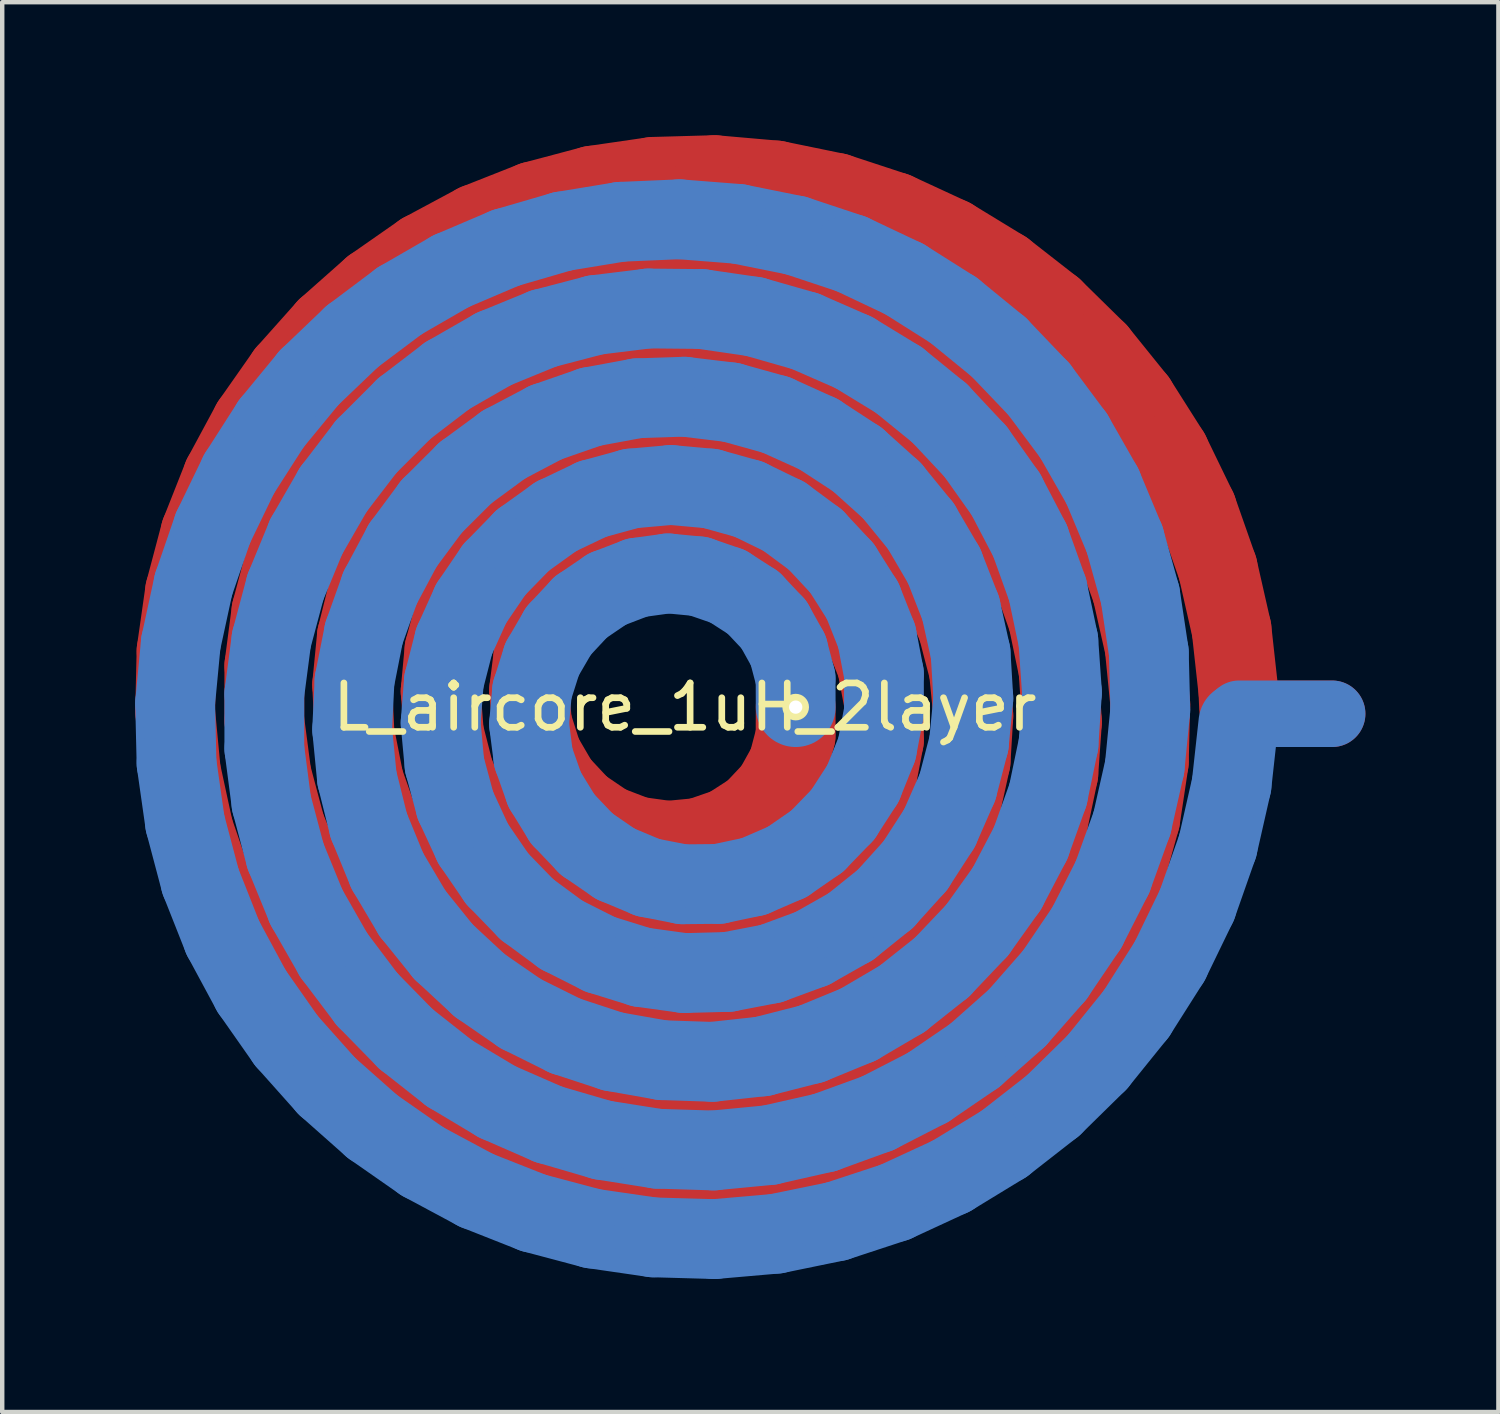
<source format=kicad_pcb>
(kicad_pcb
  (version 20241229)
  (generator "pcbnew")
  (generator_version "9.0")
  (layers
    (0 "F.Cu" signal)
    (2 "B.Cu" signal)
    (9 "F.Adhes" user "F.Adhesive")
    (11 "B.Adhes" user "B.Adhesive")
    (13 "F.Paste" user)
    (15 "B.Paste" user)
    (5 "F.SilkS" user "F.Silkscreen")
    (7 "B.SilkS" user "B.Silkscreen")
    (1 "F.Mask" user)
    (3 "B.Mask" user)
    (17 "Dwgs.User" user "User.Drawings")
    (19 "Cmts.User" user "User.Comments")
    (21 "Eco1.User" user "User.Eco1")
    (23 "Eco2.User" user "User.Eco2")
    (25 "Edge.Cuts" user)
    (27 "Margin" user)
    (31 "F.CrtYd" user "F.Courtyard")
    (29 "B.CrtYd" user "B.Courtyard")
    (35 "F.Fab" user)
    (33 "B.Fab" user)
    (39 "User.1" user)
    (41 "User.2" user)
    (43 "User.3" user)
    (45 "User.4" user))
  (footprint "L_aircore_1uH_2layer"
    (layer "F.Cu")
    (at 12.397 12.899)
    (property "Reference" "L_aircore_1uH_2layer" (at 0 0 0) (layer "F.SilkS") (effects (font (size 1 1) (thickness 0.15))))
    (attr smd)
    (fp_line (start -11.497 0.091) (end -11.465 -1.267) (stroke (width 1.8) (type solid)) (layer "F.Cu"))
    (fp_line (start -11.465 -1.267) (end -11.273 -2.614) (stroke (width 1.8) (type solid)) (layer "F.Cu"))
    (fp_line (start -11.369 1.441) (end -11.497 0.091) (stroke (width 1.8) (type solid)) (layer "F.Cu"))
    (fp_line (start -11.273 -2.614) (end -10.924 -3.931) (stroke (width 1.8) (type solid)) (layer "F.Cu"))
    (fp_line (start -11.082 2.765) (end -11.369 1.441) (stroke (width 1.8) (type solid)) (layer "F.Cu"))
    (fp_line (start -10.924 -3.931) (end -10.422 -5.2) (stroke (width 1.8) (type solid)) (layer "F.Cu"))
    (fp_line (start -10.642 4.043) (end -11.082 2.765) (stroke (width 1.8) (type solid)) (layer "F.Cu"))
    (fp_line (start -10.422 -5.2) (end -9.773 -6.404) (stroke (width 1.8) (type solid)) (layer "F.Cu"))
    (fp_line (start -10.055 5.258) (end -10.642 4.043) (stroke (width 1.8) (type solid)) (layer "F.Cu"))
    (fp_line (start -9.773 -6.404) (end -8.987 -7.525) (stroke (width 1.8) (type solid)) (layer "F.Cu"))
    (fp_line (start -9.485 -0.935) (end -9.325 -2.163) (stroke (width 1.8) (type solid)) (layer "F.Cu"))
    (fp_line (start -9.485 0.299) (end -9.485 -0.935) (stroke (width 1.8) (type solid)) (layer "F.Cu"))
    (fp_line (start -9.328 6.393) (end -10.055 5.258) (stroke (width 1.8) (type solid)) (layer "F.Cu"))
    (fp_line (start -9.325 1.521) (end -9.485 0.299) (stroke (width 1.8) (type solid)) (layer "F.Cu"))
    (fp_line (start -9.325 -2.163) (end -9.007 -3.361) (stroke (width 1.8) (type solid)) (layer "F.Cu"))
    (fp_line (start -9.008 2.709) (end -9.325 1.521) (stroke (width 1.8) (type solid)) (layer "F.Cu"))
    (fp_line (start -9.007 -3.361) (end -8.536 -4.512) (stroke (width 1.8) (type solid)) (layer "F.Cu"))
    (fp_line (start -8.987 -7.525) (end -8.074 -8.549) (stroke (width 1.8) (type solid)) (layer "F.Cu"))
    (fp_line (start -8.54 3.844) (end -9.008 2.709) (stroke (width 1.8) (type solid)) (layer "F.Cu"))
    (fp_line (start -8.536 -4.512) (end -7.919 -5.594) (stroke (width 1.8) (type solid)) (layer "F.Cu"))
    (fp_line (start -8.474 7.431) (end -9.328 6.393) (stroke (width 1.8) (type solid)) (layer "F.Cu"))
    (fp_line (start -8.074 -8.549) (end -7.046 -9.46) (stroke (width 1.8) (type solid)) (layer "F.Cu"))
    (fp_line (start -7.93 4.904) (end -8.54 3.844) (stroke (width 1.8) (type solid)) (layer "F.Cu"))
    (fp_line (start -7.919 -5.594) (end -7.167 -6.59) (stroke (width 1.8) (type solid)) (layer "F.Cu"))
    (fp_line (start -7.504 -0.504) (end -7.397 -1.599) (stroke (width 1.8) (type solid)) (layer "F.Cu"))
    (fp_line (start -7.503 8.359) (end -8.474 7.431) (stroke (width 1.8) (type solid)) (layer "F.Cu"))
    (fp_line (start -7.451 0.592) (end -7.504 -0.504) (stroke (width 1.8) (type solid)) (layer "F.Cu"))
    (fp_line (start -7.397 -1.599) (end -7.13 -2.671) (stroke (width 1.8) (type solid)) (layer "F.Cu"))
    (fp_line (start -7.239 1.665) (end -7.451 0.592) (stroke (width 1.8) (type solid)) (layer "F.Cu"))
    (fp_line (start -7.187 5.874) (end -7.93 4.904) (stroke (width 1.8) (type solid)) (layer "F.Cu"))
    (fp_line (start -7.167 -6.59) (end -6.292 -7.484) (stroke (width 1.8) (type solid)) (layer "F.Cu"))
    (fp_line (start -7.13 -2.671) (end -6.71 -3.695) (stroke (width 1.8) (type solid)) (layer "F.Cu"))
    (fp_line (start -7.046 -9.46) (end -5.918 -10.247) (stroke (width 1.8) (type solid)) (layer "F.Cu"))
    (fp_line (start -6.873 2.692) (end -7.239 1.665) (stroke (width 1.8) (type solid)) (layer "F.Cu"))
    (fp_line (start -6.71 -3.695) (end -6.144 -4.651) (stroke (width 1.8) (type solid)) (layer "F.Cu"))
    (fp_line (start -6.431 9.164) (end -7.503 8.359) (stroke (width 1.8) (type solid)) (layer "F.Cu"))
    (fp_line (start -6.361 3.651) (end -6.873 2.692) (stroke (width 1.8) (type solid)) (layer "F.Cu"))
    (fp_line (start -6.325 6.736) (end -7.187 5.874) (stroke (width 1.8) (type solid)) (layer "F.Cu"))
    (fp_line (start -6.292 -7.484) (end -5.308 -8.26) (stroke (width 1.8) (type solid)) (layer "F.Cu"))
    (fp_line (start -6.144 -4.651) (end -5.445 -5.518) (stroke (width 1.8) (type solid)) (layer "F.Cu"))
    (fp_line (start -5.918 -10.247) (end -4.703 -10.899) (stroke (width 1.8) (type solid)) (layer "F.Cu"))
    (fp_line (start -5.715 4.521) (end -6.361 3.651) (stroke (width 1.8) (type solid)) (layer "F.Cu"))
    (fp_line (start -5.509 -0.357) (end -5.422 -1.298) (stroke (width 1.8) (type solid)) (layer "F.Cu"))
    (fp_line (start -5.445 -5.518) (end -4.626 -6.278) (stroke (width 1.8) (type solid)) (layer "F.Cu"))
    (fp_line (start -5.435 0.581) (end -5.509 -0.357) (stroke (width 1.8) (type solid)) (layer "F.Cu"))
    (fp_line (start -5.422 -1.298) (end -5.175 -2.215) (stroke (width 1.8) (type solid)) (layer "F.Cu"))
    (fp_line (start -5.36 7.475) (end -6.325 6.736) (stroke (width 1.8) (type solid)) (layer "F.Cu"))
    (fp_line (start -5.308 -8.26) (end -4.23 -8.905) (stroke (width 1.8) (type solid)) (layer "F.Cu"))
    (fp_line (start -5.272 9.833) (end -6.431 9.164) (stroke (width 1.8) (type solid)) (layer "F.Cu"))
    (fp_line (start -5.203 1.488) (end -5.435 0.581) (stroke (width 1.8) (type solid)) (layer "F.Cu"))
    (fp_line (start -5.175 -2.215) (end -4.775 -3.081) (stroke (width 1.8) (type solid)) (layer "F.Cu"))
    (fp_line (start -4.95 5.283) (end -5.715 4.521) (stroke (width 1.8) (type solid)) (layer "F.Cu"))
    (fp_line (start -4.82 2.336) (end -5.203 1.488) (stroke (width 1.8) (type solid)) (layer "F.Cu"))
    (fp_line (start -4.775 -3.081) (end -4.232 -3.872) (stroke (width 1.8) (type solid)) (layer "F.Cu"))
    (fp_line (start -4.703 -10.899) (end -3.42 -11.406) (stroke (width 1.8) (type solid)) (layer "F.Cu"))
    (fp_line (start -4.626 -6.278) (end -3.704 -6.914) (stroke (width 1.8) (type solid)) (layer "F.Cu"))
    (fp_line (start -4.308 8.079) (end -5.36 7.475) (stroke (width 1.8) (type solid)) (layer "F.Cu"))
    (fp_line (start -4.298 3.102) (end -4.82 2.336) (stroke (width 1.8) (type solid)) (layer "F.Cu"))
    (fp_line (start -4.232 -3.872) (end -3.562 -4.563) (stroke (width 1.8) (type solid)) (layer "F.Cu"))
    (fp_line (start -4.23 -8.905) (end -3.077 -9.409) (stroke (width 1.8) (type solid)) (layer "F.Cu"))
    (fp_line (start -4.082 5.921) (end -4.95 5.283) (stroke (width 1.8) (type solid)) (layer "F.Cu"))
    (fp_line (start -4.043 10.357) (end -5.272 9.833) (stroke (width 1.8) (type solid)) (layer "F.Cu"))
    (fp_line (start -3.704 -6.914) (end -2.697 -7.414) (stroke (width 1.8) (type solid)) (layer "F.Cu"))
    (fp_line (start -3.655 3.762) (end -4.298 3.102) (stroke (width 1.8) (type solid)) (layer "F.Cu"))
    (fp_line (start -3.562 -4.563) (end -2.783 -5.137) (stroke (width 1.8) (type solid)) (layer "F.Cu"))
    (fp_line (start -3.514 -0.382) (end -3.418 -1.137) (stroke (width 1.8) (type solid)) (layer "F.Cu"))
    (fp_line (start -3.446 0.369) (end -3.514 -0.382) (stroke (width 1.8) (type solid)) (layer "F.Cu"))
    (fp_line (start -3.42 -11.406) (end -2.084 -11.761) (stroke (width 1.8) (type solid)) (layer "F.Cu"))
    (fp_line (start -3.418 -1.137) (end -3.162 -1.861) (stroke (width 1.8) (type solid)) (layer "F.Cu"))
    (fp_line (start -3.22 1.081) (end -3.446 0.369) (stroke (width 1.8) (type solid)) (layer "F.Cu"))
    (fp_line (start -3.188 8.538) (end -4.308 8.079) (stroke (width 1.8) (type solid)) (layer "F.Cu"))
    (fp_line (start -3.162 -1.861) (end -2.757 -2.521) (stroke (width 1.8) (type solid)) (layer "F.Cu"))
    (fp_line (start -3.133 6.421) (end -4.082 5.921) (stroke (width 1.8) (type solid)) (layer "F.Cu"))
    (fp_line (start -3.077 -9.409) (end -1.867 -9.763) (stroke (width 1.8) (type solid)) (layer "F.Cu"))
    (fp_line (start -2.91 4.297) (end -3.655 3.762) (stroke (width 1.8) (type solid)) (layer "F.Cu"))
    (fp_line (start -2.848 1.72) (end -3.22 1.081) (stroke (width 1.8) (type solid)) (layer "F.Cu"))
    (fp_line (start -2.783 -5.137) (end -1.915 -5.575) (stroke (width 1.8) (type solid)) (layer "F.Cu"))
    (fp_line (start -2.762 10.73) (end -4.043 10.357) (stroke (width 1.8) (type solid)) (layer "F.Cu"))
    (fp_line (start -2.757 -2.521) (end -2.218 -3.088) (stroke (width 1.8) (type solid)) (layer "F.Cu"))
    (fp_line (start -2.697 -7.414) (end -1.627 -7.766) (stroke (width 1.8) (type solid)) (layer "F.Cu"))
    (fp_line (start -2.349 2.255) (end -2.848 1.72) (stroke (width 1.8) (type solid)) (layer "F.Cu"))
    (fp_line (start -2.218 -3.088) (end -1.568 -3.535) (stroke (width 1.8) (type solid)) (layer "F.Cu"))
    (fp_line (start -2.123 6.772) (end -3.133 6.421) (stroke (width 1.8) (type solid)) (layer "F.Cu"))
    (fp_line (start -2.087 4.69) (end -2.91 4.297) (stroke (width 1.8) (type solid)) (layer "F.Cu"))
    (fp_line (start -2.084 -11.761) (end -0.714 -11.96) (stroke (width 1.8) (type solid)) (layer "F.Cu"))
    (fp_line (start -2.019 8.844) (end -3.188 8.538) (stroke (width 1.8) (type solid)) (layer "F.Cu"))
    (fp_line (start -1.915 -5.575) (end -0.984 -5.865) (stroke (width 1.8) (type solid)) (layer "F.Cu"))
    (fp_line (start -1.867 -9.763) (end -0.619 -9.961) (stroke (width 1.8) (type solid)) (layer "F.Cu"))
    (fp_line (start -1.75 2.662) (end -2.349 2.255) (stroke (width 1.8) (type solid)) (layer "F.Cu"))
    (fp_line (start -1.627 -7.766) (end -0.514 -7.963) (stroke (width 1.8) (type solid)) (layer "F.Cu"))
    (fp_line (start -1.568 -3.535) (end -0.836 -3.842) (stroke (width 1.8) (type solid)) (layer "F.Cu"))
    (fp_line (start -1.449 10.946) (end -2.762 10.73) (stroke (width 1.8) (type solid)) (layer "F.Cu"))
    (fp_line (start -1.212 4.93) (end -2.087 4.69) (stroke (width 1.8) (type solid)) (layer "F.Cu"))
    (fp_line (start -1.081 2.919) (end -1.75 2.662) (stroke (width 1.8) (type solid)) (layer "F.Cu"))
    (fp_line (start -1.075 6.966) (end -2.123 6.772) (stroke (width 1.8) (type solid)) (layer "F.Cu"))
    (fp_line (start -0.984 -5.865) (end -0.013 -5.999) (stroke (width 1.8) (type solid)) (layer "F.Cu"))
    (fp_line (start -0.836 -3.842) (end -0.049 -3.996) (stroke (width 1.8) (type solid)) (layer "F.Cu"))
    (fp_line (start -0.823 8.991) (end -2.019 8.844) (stroke (width 1.8) (type solid)) (layer "F.Cu"))
    (fp_line (start -0.714 -11.96) (end 0.672 -11.999) (stroke (width 1.8) (type solid)) (layer "F.Cu"))
    (fp_line (start -0.619 -9.961) (end 0.647 -10) (stroke (width 1.8) (type solid)) (layer "F.Cu"))
    (fp_line (start -0.514 -7.963) (end 0.619 -8.001) (stroke (width 1.8) (type solid)) (layer "F.Cu"))
    (fp_line (start -0.379 3.016) (end -1.081 2.919) (stroke (width 1.8) (type solid)) (layer "F.Cu"))
    (fp_line (start -0.314 5.01) (end -1.212 4.93) (stroke (width 1.8) (type solid)) (layer "F.Cu"))
    (fp_line (start -0.121 11.003) (end -1.449 10.946) (stroke (width 1.8) (type solid)) (layer "F.Cu"))
    (fp_line (start -0.049 -3.996) (end 0.758 -3.988) (stroke (width 1.8) (type solid)) (layer "F.Cu"))
    (fp_line (start -0.013 7.001) (end -1.075 6.966) (stroke (width 1.8) (type solid)) (layer "F.Cu"))
    (fp_line (start -0.013 -5.999) (end 0.972 -5.973) (stroke (width 1.8) (type solid)) (layer "F.Cu"))
    (fp_line (start 0.317 2.949) (end -0.379 3.016) (stroke (width 1.8) (type solid)) (layer "F.Cu"))
    (fp_line (start 0.378 8.979) (end -0.823 8.991) (stroke (width 1.8) (type solid)) (layer "F.Cu"))
    (fp_line (start 0.58 4.929) (end -0.314 5.01) (stroke (width 1.8) (type solid)) (layer "F.Cu"))
    (fp_line (start 0.619 -8.001) (end 1.749 -7.878) (stroke (width 1.8) (type solid)) (layer "F.Cu"))
    (fp_line (start 0.647 -10) (end 1.91 -9.878) (stroke (width 1.8) (type solid)) (layer "F.Cu"))
    (fp_line (start 0.672 -11.999) (end 2.056 -11.878) (stroke (width 1.8) (type solid)) (layer "F.Cu"))
    (fp_line (start 0.758 -3.988) (end 1.554 -3.819) (stroke (width 1.8) (type solid)) (layer "F.Cu"))
    (fp_line (start 0.971 2.723) (end 0.317 2.949) (stroke (width 1.8) (type solid)) (layer "F.Cu"))
    (fp_line (start 0.972 -5.973) (end 1.942 -5.786) (stroke (width 1.8) (type solid)) (layer "F.Cu"))
    (fp_line (start 1.038 6.874) (end -0.013 7.001) (stroke (width 1.8) (type solid)) (layer "F.Cu"))
    (fp_line (start 1.202 10.899) (end -0.121 11.003) (stroke (width 1.8) (type solid)) (layer "F.Cu"))
    (fp_line (start 1.439 4.689) (end 0.58 4.929) (stroke (width 1.8) (type solid)) (layer "F.Cu"))
    (fp_line (start 1.545 2.353) (end 0.971 2.723) (stroke (width 1.8) (type solid)) (layer "F.Cu"))
    (fp_line (start 1.554 -3.819) (end 2.306 -3.493) (stroke (width 1.8) (type solid)) (layer "F.Cu"))
    (fp_line (start 1.565 8.806) (end 0.378 8.979) (stroke (width 1.8) (type solid)) (layer "F.Cu"))
    (fp_line (start 1.749 -7.878) (end 2.853 -7.596) (stroke (width 1.8) (type solid)) (layer "F.Cu"))
    (fp_line (start 1.91 -9.878) (end 3.15 -9.597) (stroke (width 1.8) (type solid)) (layer "F.Cu"))
    (fp_line (start 1.942 -5.786) (end 2.874 -5.442) (stroke (width 1.8) (type solid)) (layer "F.Cu"))
    (fp_line (start 2.008 1.862) (end 1.545 2.353) (stroke (width 1.8) (type solid)) (layer "F.Cu"))
    (fp_line (start 2.055 6.591) (end 1.038 6.874) (stroke (width 1.8) (type solid)) (layer "F.Cu"))
    (fp_line (start 2.056 -11.878) (end 3.418 -11.598) (stroke (width 1.8) (type solid)) (layer "F.Cu"))
    (fp_line (start 2.236 4.301) (end 1.439 4.689) (stroke (width 1.8) (type solid)) (layer "F.Cu"))
    (fp_line (start 2.306 -3.493) (end 2.985 -3.023) (stroke (width 1.8) (type solid)) (layer "F.Cu"))
    (fp_line (start 2.331 1.281) (end 2.008 1.862) (stroke (width 1.8) (type solid)) (layer "F.Cu"))
    (fp_line (start 2.498 0.646) (end 2.331 1.281) (stroke (width 1.8) (type solid)) (layer "F.Cu"))
    (fp_line (start 2.5 0) (end 2.498 0.646) (stroke (width 1.8) (type solid)) (layer "F.Cu"))
    (fp_line (start 2.5 10.637) (end 1.202 10.899) (stroke (width 1.8) (type solid)) (layer "F.Cu"))
    (fp_line (start 2.715 8.477) (end 1.565 8.806) (stroke (width 1.8) (type solid)) (layer "F.Cu"))
    (fp_line (start 2.853 -7.596) (end 3.91 -7.161) (stroke (width 1.8) (type solid)) (layer "F.Cu"))
    (fp_line (start 2.874 -5.442) (end 3.742 -4.951) (stroke (width 1.8) (type solid)) (layer "F.Cu"))
    (fp_line (start 2.945 3.776) (end 2.236 4.301) (stroke (width 1.8) (type solid)) (layer "F.Cu"))
    (fp_line (start 2.985 -3.023) (end 3.563 -2.425) (stroke (width 1.8) (type solid)) (layer "F.Cu"))
    (fp_line (start 3.012 6.158) (end 2.055 6.591) (stroke (width 1.8) (type solid)) (layer "F.Cu"))
    (fp_line (start 3.15 -9.597) (end 4.347 -9.162) (stroke (width 1.8) (type solid)) (layer "F.Cu"))
    (fp_line (start 3.418 -11.598) (end 4.741 -11.163) (stroke (width 1.8) (type solid)) (layer "F.Cu"))
    (fp_line (start 3.543 3.135) (end 2.945 3.776) (stroke (width 1.8) (type solid)) (layer "F.Cu"))
    (fp_line (start 3.563 -2.425) (end 4.018 -1.721) (stroke (width 1.8) (type solid)) (layer "F.Cu"))
    (fp_line (start 3.742 -4.951) (end 4.522 -4.324) (stroke (width 1.8) (type solid)) (layer "F.Cu"))
    (fp_line (start 3.755 10.22) (end 2.5 10.637) (stroke (width 1.8) (type solid)) (layer "F.Cu"))
    (fp_line (start 3.809 7.998) (end 2.715 8.477) (stroke (width 1.8) (type solid)) (layer "F.Cu"))
    (fp_line (start 3.89 5.585) (end 3.012 6.158) (stroke (width 1.8) (type solid)) (layer "F.Cu"))
    (fp_line (start 3.91 -7.161) (end 4.898 -6.581) (stroke (width 1.8) (type solid)) (layer "F.Cu"))
    (fp_line (start 4.009 2.399) (end 3.543 3.135) (stroke (width 1.8) (type solid)) (layer "F.Cu"))
    (fp_line (start 4.018 -1.721) (end 4.332 -0.939) (stroke (width 1.8) (type solid)) (layer "F.Cu"))
    (fp_line (start 4.328 1.595) (end 4.009 2.399) (stroke (width 1.8) (type solid)) (layer "F.Cu"))
    (fp_line (start 4.332 -0.939) (end 4.491 -0.105) (stroke (width 1.8) (type solid)) (layer "F.Cu"))
    (fp_line (start 4.347 -9.162) (end 5.482 -8.579) (stroke (width 1.8) (type solid)) (layer "F.Cu"))
    (fp_line (start 4.49 0.75) (end 4.328 1.595) (stroke (width 1.8) (type solid)) (layer "F.Cu"))
    (fp_line (start 4.491 -0.105) (end 4.49 0.75) (stroke (width 1.8) (type solid)) (layer "F.Cu"))
    (fp_line (start 4.522 -4.324) (end 5.195 -3.578) (stroke (width 1.8) (type solid)) (layer "F.Cu"))
    (fp_line (start 4.666 4.887) (end 3.89 5.585) (stroke (width 1.8) (type solid)) (layer "F.Cu"))
    (fp_line (start 4.741 -11.163) (end 6.008 -10.577) (stroke (width 1.8) (type solid)) (layer "F.Cu"))
    (fp_line (start 4.825 7.378) (end 3.809 7.998) (stroke (width 1.8) (type solid)) (layer "F.Cu"))
    (fp_line (start 4.898 -6.581) (end 5.798 -5.867) (stroke (width 1.8) (type solid)) (layer "F.Cu"))
    (fp_line (start 4.948 9.655) (end 3.755 10.22) (stroke (width 1.8) (type solid)) (layer "F.Cu"))
    (fp_line (start 5.195 -3.578) (end 5.743 -2.73) (stroke (width 1.8) (type solid)) (layer "F.Cu"))
    (fp_line (start 5.324 4.081) (end 4.666 4.887) (stroke (width 1.8) (type solid)) (layer "F.Cu"))
    (fp_line (start 5.482 -8.579) (end 6.538 -7.857) (stroke (width 1.8) (type solid)) (layer "F.Cu"))
    (fp_line (start 5.743 -2.73) (end 6.15 -1.803) (stroke (width 1.8) (type solid)) (layer "F.Cu"))
    (fp_line (start 5.746 6.629) (end 4.825 7.378) (stroke (width 1.8) (type solid)) (layer "F.Cu"))
    (fp_line (start 5.798 -5.867) (end 6.591 -5.032) (stroke (width 1.8) (type solid)) (layer "F.Cu"))
    (fp_line (start 5.847 3.187) (end 5.324 4.081) (stroke (width 1.8) (type solid)) (layer "F.Cu"))
    (fp_line (start 6.008 -10.577) (end 7.2 -9.85) (stroke (width 1.8) (type solid)) (layer "F.Cu"))
    (fp_line (start 6.062 8.951) (end 4.948 9.655) (stroke (width 1.8) (type solid)) (layer "F.Cu"))
    (fp_line (start 6.15 -1.803) (end 6.407 -0.819) (stroke (width 1.8) (type solid)) (layer "F.Cu"))
    (fp_line (start 6.223 2.225) (end 5.847 3.187) (stroke (width 1.8) (type solid)) (layer "F.Cu"))
    (fp_line (start 6.407 -0.819) (end 6.507 0.198) (stroke (width 1.8) (type solid)) (layer "F.Cu"))
    (fp_line (start 6.445 1.221) (end 6.223 2.225) (stroke (width 1.8) (type solid)) (layer "F.Cu"))
    (fp_line (start 6.507 0.198) (end 6.445 1.221) (stroke (width 1.8) (type solid)) (layer "F.Cu"))
    (fp_line (start 6.538 -7.857) (end 7.496 -7.007) (stroke (width 1.8) (type solid)) (layer "F.Cu"))
    (fp_line (start 6.556 5.764) (end 5.746 6.629) (stroke (width 1.8) (type solid)) (layer "F.Cu"))
    (fp_line (start 6.591 -5.032) (end 7.263 -4.092) (stroke (width 1.8) (type solid)) (layer "F.Cu"))
    (fp_line (start 7.08 8.119) (end 6.062 8.951) (stroke (width 1.8) (type solid)) (layer "F.Cu"))
    (fp_line (start 7.2 -9.85) (end 8.303 -8.989) (stroke (width 1.8) (type solid)) (layer "F.Cu"))
    (fp_line (start 7.24 4.799) (end 6.556 5.764) (stroke (width 1.8) (type solid)) (layer "F.Cu"))
    (fp_line (start 7.263 -4.092) (end 7.8 -3.066) (stroke (width 1.8) (type solid)) (layer "F.Cu"))
    (fp_line (start 7.496 -7.007) (end 8.343 -6.041) (stroke (width 1.8) (type solid)) (layer "F.Cu"))
    (fp_line (start 7.785 3.754) (end 7.24 4.799) (stroke (width 1.8) (type solid)) (layer "F.Cu"))
    (fp_line (start 7.8 -3.066) (end 8.191 -1.973) (stroke (width 1.8) (type solid)) (layer "F.Cu"))
    (fp_line (start 7.987 7.17) (end 7.08 8.119) (stroke (width 1.8) (type solid)) (layer "F.Cu"))
    (fp_line (start 8.182 2.647) (end 7.785 3.754) (stroke (width 1.8) (type solid)) (layer "F.Cu"))
    (fp_line (start 8.191 -1.973) (end 8.428 -0.833) (stroke (width 1.8) (type solid)) (layer "F.Cu"))
    (fp_line (start 8.303 -8.989) (end 9.303 -8.007) (stroke (width 1.8) (type solid)) (layer "F.Cu"))
    (fp_line (start 8.343 -6.041) (end 9.064 -4.976) (stroke (width 1.8) (type solid)) (layer "F.Cu"))
    (fp_line (start 8.424 1.499) (end 8.182 2.647) (stroke (width 1.8) (type solid)) (layer "F.Cu"))
    (fp_line (start 8.428 -0.833) (end 8.506 0.332) (stroke (width 1.8) (type solid)) (layer "F.Cu"))
    (fp_line (start 8.506 0.332) (end 8.424 1.499) (stroke (width 1.8) (type solid)) (layer "F.Cu"))
    (fp_line (start 8.77 6.119) (end 7.987 7.17) (stroke (width 1.8) (type solid)) (layer "F.Cu"))
    (fp_line (start 9.064 -4.976) (end 9.648 -3.828) (stroke (width 1.8) (type solid)) (layer "F.Cu"))
    (fp_line (start 9.303 -8.007) (end 10.184 -6.915) (stroke (width 1.8) (type solid)) (layer "F.Cu"))
    (fp_line (start 9.418 4.983) (end 8.77 6.119) (stroke (width 1.8) (type solid)) (layer "F.Cu"))
    (fp_line (start 9.648 -3.828) (end 10.086 -2.613) (stroke (width 1.8) (type solid)) (layer "F.Cu"))
    (fp_line (start 9.921 3.778) (end 9.418 4.983) (stroke (width 1.8) (type solid)) (layer "F.Cu"))
    (fp_line (start 10.086 -2.613) (end 10.371 -1.351) (stroke (width 1.8) (type solid)) (layer "F.Cu"))
    (fp_line (start 10.184 -6.915) (end 10.937 -5.728) (stroke (width 1.8) (type solid)) (layer "F.Cu"))
    (fp_line (start 10.271 2.523) (end 9.921 3.778) (stroke (width 1.8) (type solid)) (layer "F.Cu"))
    (fp_line (start 10.371 -1.351) (end 10.498 -0.062) (stroke (width 1.8) (type solid)) (layer "F.Cu"))
    (fp_line (start 10.465 1.236) (end 10.271 2.523) (stroke (width 1.8) (type solid)) (layer "F.Cu"))
    (fp_line (start 10.498 -0.062) (end 10.465 1.236) (stroke (width 1.8) (type solid)) (layer "F.Cu"))
    (fp_line (start 10.937 -5.728) (end 11.551 -4.462) (stroke (width 1.8) (type solid)) (layer "F.Cu"))
    (fp_line (start 11.551 -4.462) (end 12.018 -3.132) (stroke (width 1.8) (type solid)) (layer "F.Cu"))
    (fp_line (start 12.018 -3.132) (end 12.331 -1.755) (stroke (width 1.8) (type solid)) (layer "F.Cu"))
    (fp_line (start 12.331 -1.755) (end 12.486 -0.35) (stroke (width 1.8) (type solid)) (layer "F.Cu"))
    (fp_line (start 12.486 -0.35) (end 12.5 0) (stroke (width 1.8) (type solid)) (layer "F.Cu"))
    (fp_line (start -11.497 -0.091) (end -11.465 1.267) (stroke (width 1.8) (type solid)) (layer "B.Cu"))
    (fp_line (start -11.465 1.267) (end -11.273 2.614) (stroke (width 1.8) (type solid)) (layer "B.Cu"))
    (fp_line (start -11.369 -1.441) (end -11.497 -0.091) (stroke (width 1.8) (type solid)) (layer "B.Cu"))
    (fp_line (start -11.273 2.614) (end -10.924 3.931) (stroke (width 1.8) (type solid)) (layer "B.Cu"))
    (fp_line (start -11.082 -2.765) (end -11.369 -1.441) (stroke (width 1.8) (type solid)) (layer "B.Cu"))
    (fp_line (start -10.924 3.931) (end -10.422 5.2) (stroke (width 1.8) (type solid)) (layer "B.Cu"))
    (fp_line (start -10.642 -4.043) (end -11.082 -2.765) (stroke (width 1.8) (type solid)) (layer "B.Cu"))
    (fp_line (start -10.422 5.2) (end -9.773 6.404) (stroke (width 1.8) (type solid)) (layer "B.Cu"))
    (fp_line (start -10.055 -5.258) (end -10.642 -4.043) (stroke (width 1.8) (type solid)) (layer "B.Cu"))
    (fp_line (start -9.773 6.404) (end -8.987 7.525) (stroke (width 1.8) (type solid)) (layer "B.Cu"))
    (fp_line (start -9.485 0.935) (end -9.325 2.163) (stroke (width 1.8) (type solid)) (layer "B.Cu"))
    (fp_line (start -9.485 -0.299) (end -9.485 0.935) (stroke (width 1.8) (type solid)) (layer "B.Cu"))
    (fp_line (start -9.328 -6.393) (end -10.055 -5.258) (stroke (width 1.8) (type solid)) (layer "B.Cu"))
    (fp_line (start -9.325 -1.521) (end -9.485 -0.299) (stroke (width 1.8) (type solid)) (layer "B.Cu"))
    (fp_line (start -9.325 2.163) (end -9.007 3.361) (stroke (width 1.8) (type solid)) (layer "B.Cu"))
    (fp_line (start -9.008 -2.709) (end -9.325 -1.521) (stroke (width 1.8) (type solid)) (layer "B.Cu"))
    (fp_line (start -9.007 3.361) (end -8.536 4.512) (stroke (width 1.8) (type solid)) (layer "B.Cu"))
    (fp_line (start -8.987 7.525) (end -8.074 8.549) (stroke (width 1.8) (type solid)) (layer "B.Cu"))
    (fp_line (start -8.54 -3.844) (end -9.008 -2.709) (stroke (width 1.8) (type solid)) (layer "B.Cu"))
    (fp_line (start -8.536 4.512) (end -7.919 5.594) (stroke (width 1.8) (type solid)) (layer "B.Cu"))
    (fp_line (start -8.474 -7.431) (end -9.328 -6.393) (stroke (width 1.8) (type solid)) (layer "B.Cu"))
    (fp_line (start -8.074 8.549) (end -7.046 9.46) (stroke (width 1.8) (type solid)) (layer "B.Cu"))
    (fp_line (start -7.93 -4.904) (end -8.54 -3.844) (stroke (width 1.8) (type solid)) (layer "B.Cu"))
    (fp_line (start -7.919 5.594) (end -7.167 6.59) (stroke (width 1.8) (type solid)) (layer "B.Cu"))
    (fp_line (start -7.504 0.504) (end -7.397 1.599) (stroke (width 1.8) (type solid)) (layer "B.Cu"))
    (fp_line (start -7.503 -8.359) (end -8.474 -7.431) (stroke (width 1.8) (type solid)) (layer "B.Cu"))
    (fp_line (start -7.451 -0.592) (end -7.504 0.504) (stroke (width 1.8) (type solid)) (layer "B.Cu"))
    (fp_line (start -7.397 1.599) (end -7.13 2.671) (stroke (width 1.8) (type solid)) (layer "B.Cu"))
    (fp_line (start -7.239 -1.665) (end -7.451 -0.592) (stroke (width 1.8) (type solid)) (layer "B.Cu"))
    (fp_line (start -7.187 -5.874) (end -7.93 -4.904) (stroke (width 1.8) (type solid)) (layer "B.Cu"))
    (fp_line (start -7.167 6.59) (end -6.292 7.484) (stroke (width 1.8) (type solid)) (layer "B.Cu"))
    (fp_line (start -7.13 2.671) (end -6.71 3.695) (stroke (width 1.8) (type solid)) (layer "B.Cu"))
    (fp_line (start -7.046 9.46) (end -5.918 10.247) (stroke (width 1.8) (type solid)) (layer "B.Cu"))
    (fp_line (start -6.873 -2.692) (end -7.239 -1.665) (stroke (width 1.8) (type solid)) (layer "B.Cu"))
    (fp_line (start -6.71 3.695) (end -6.144 4.651) (stroke (width 1.8) (type solid)) (layer "B.Cu"))
    (fp_line (start -6.431 -9.164) (end -7.503 -8.359) (stroke (width 1.8) (type solid)) (layer "B.Cu"))
    (fp_line (start -6.361 -3.651) (end -6.873 -2.692) (stroke (width 1.8) (type solid)) (layer "B.Cu"))
    (fp_line (start -6.325 -6.736) (end -7.187 -5.874) (stroke (width 1.8) (type solid)) (layer "B.Cu"))
    (fp_line (start -6.292 7.484) (end -5.308 8.26) (stroke (width 1.8) (type solid)) (layer "B.Cu"))
    (fp_line (start -6.144 4.651) (end -5.445 5.518) (stroke (width 1.8) (type solid)) (layer "B.Cu"))
    (fp_line (start -5.918 10.247) (end -4.703 10.899) (stroke (width 1.8) (type solid)) (layer "B.Cu"))
    (fp_line (start -5.715 -4.521) (end -6.361 -3.651) (stroke (width 1.8) (type solid)) (layer "B.Cu"))
    (fp_line (start -5.509 0.357) (end -5.422 1.298) (stroke (width 1.8) (type solid)) (layer "B.Cu"))
    (fp_line (start -5.445 5.518) (end -4.626 6.278) (stroke (width 1.8) (type solid)) (layer "B.Cu"))
    (fp_line (start -5.435 -0.581) (end -5.509 0.357) (stroke (width 1.8) (type solid)) (layer "B.Cu"))
    (fp_line (start -5.422 1.298) (end -5.175 2.215) (stroke (width 1.8) (type solid)) (layer "B.Cu"))
    (fp_line (start -5.36 -7.475) (end -6.325 -6.736) (stroke (width 1.8) (type solid)) (layer "B.Cu"))
    (fp_line (start -5.308 8.26) (end -4.23 8.905) (stroke (width 1.8) (type solid)) (layer "B.Cu"))
    (fp_line (start -5.272 -9.833) (end -6.431 -9.164) (stroke (width 1.8) (type solid)) (layer "B.Cu"))
    (fp_line (start -5.203 -1.488) (end -5.435 -0.581) (stroke (width 1.8) (type solid)) (layer "B.Cu"))
    (fp_line (start -5.175 2.215) (end -4.775 3.081) (stroke (width 1.8) (type solid)) (layer "B.Cu"))
    (fp_line (start -4.95 -5.283) (end -5.715 -4.521) (stroke (width 1.8) (type solid)) (layer "B.Cu"))
    (fp_line (start -4.82 -2.336) (end -5.203 -1.488) (stroke (width 1.8) (type solid)) (layer "B.Cu"))
    (fp_line (start -4.775 3.081) (end -4.232 3.872) (stroke (width 1.8) (type solid)) (layer "B.Cu"))
    (fp_line (start -4.703 10.899) (end -3.42 11.406) (stroke (width 1.8) (type solid)) (layer "B.Cu"))
    (fp_line (start -4.626 6.278) (end -3.704 6.914) (stroke (width 1.8) (type solid)) (layer "B.Cu"))
    (fp_line (start -4.308 -8.079) (end -5.36 -7.475) (stroke (width 1.8) (type solid)) (layer "B.Cu"))
    (fp_line (start -4.298 -3.102) (end -4.82 -2.336) (stroke (width 1.8) (type solid)) (layer "B.Cu"))
    (fp_line (start -4.232 3.872) (end -3.562 4.563) (stroke (width 1.8) (type solid)) (layer "B.Cu"))
    (fp_line (start -4.23 8.905) (end -3.077 9.409) (stroke (width 1.8) (type solid)) (layer "B.Cu"))
    (fp_line (start -4.082 -5.921) (end -4.95 -5.283) (stroke (width 1.8) (type solid)) (layer "B.Cu"))
    (fp_line (start -4.043 -10.357) (end -5.272 -9.833) (stroke (width 1.8) (type solid)) (layer "B.Cu"))
    (fp_line (start -3.704 6.914) (end -2.697 7.414) (stroke (width 1.8) (type solid)) (layer "B.Cu"))
    (fp_line (start -3.655 -3.762) (end -4.298 -3.102) (stroke (width 1.8) (type solid)) (layer "B.Cu"))
    (fp_line (start -3.562 4.563) (end -2.783 5.137) (stroke (width 1.8) (type solid)) (layer "B.Cu"))
    (fp_line (start -3.514 0.382) (end -3.418 1.137) (stroke (width 1.8) (type solid)) (layer "B.Cu"))
    (fp_line (start -3.446 -0.369) (end -3.514 0.382) (stroke (width 1.8) (type solid)) (layer "B.Cu"))
    (fp_line (start -3.42 11.406) (end -2.084 11.761) (stroke (width 1.8) (type solid)) (layer "B.Cu"))
    (fp_line (start -3.418 1.137) (end -3.162 1.861) (stroke (width 1.8) (type solid)) (layer "B.Cu"))
    (fp_line (start -3.22 -1.081) (end -3.446 -0.369) (stroke (width 1.8) (type solid)) (layer "B.Cu"))
    (fp_line (start -3.188 -8.538) (end -4.308 -8.079) (stroke (width 1.8) (type solid)) (layer "B.Cu"))
    (fp_line (start -3.162 1.861) (end -2.757 2.521) (stroke (width 1.8) (type solid)) (layer "B.Cu"))
    (fp_line (start -3.133 -6.421) (end -4.082 -5.921) (stroke (width 1.8) (type solid)) (layer "B.Cu"))
    (fp_line (start -3.077 9.409) (end -1.867 9.763) (stroke (width 1.8) (type solid)) (layer "B.Cu"))
    (fp_line (start -2.91 -4.297) (end -3.655 -3.762) (stroke (width 1.8) (type solid)) (layer "B.Cu"))
    (fp_line (start -2.848 -1.72) (end -3.22 -1.081) (stroke (width 1.8) (type solid)) (layer "B.Cu"))
    (fp_line (start -2.783 5.137) (end -1.915 5.575) (stroke (width 1.8) (type solid)) (layer "B.Cu"))
    (fp_line (start -2.762 -10.73) (end -4.043 -10.357) (stroke (width 1.8) (type solid)) (layer "B.Cu"))
    (fp_line (start -2.757 2.521) (end -2.218 3.088) (stroke (width 1.8) (type solid)) (layer "B.Cu"))
    (fp_line (start -2.697 7.414) (end -1.627 7.766) (stroke (width 1.8) (type solid)) (layer "B.Cu"))
    (fp_line (start -2.349 -2.255) (end -2.848 -1.72) (stroke (width 1.8) (type solid)) (layer "B.Cu"))
    (fp_line (start -2.218 3.088) (end -1.568 3.535) (stroke (width 1.8) (type solid)) (layer "B.Cu"))
    (fp_line (start -2.123 -6.772) (end -3.133 -6.421) (stroke (width 1.8) (type solid)) (layer "B.Cu"))
    (fp_line (start -2.087 -4.69) (end -2.91 -4.297) (stroke (width 1.8) (type solid)) (layer "B.Cu"))
    (fp_line (start -2.084 11.761) (end -0.714 11.96) (stroke (width 1.8) (type solid)) (layer "B.Cu"))
    (fp_line (start -2.019 -8.844) (end -3.188 -8.538) (stroke (width 1.8) (type solid)) (layer "B.Cu"))
    (fp_line (start -1.915 5.575) (end -0.984 5.865) (stroke (width 1.8) (type solid)) (layer "B.Cu"))
    (fp_line (start -1.867 9.763) (end -0.619 9.961) (stroke (width 1.8) (type solid)) (layer "B.Cu"))
    (fp_line (start -1.75 -2.662) (end -2.349 -2.255) (stroke (width 1.8) (type solid)) (layer "B.Cu"))
    (fp_line (start -1.627 7.766) (end -0.514 7.963) (stroke (width 1.8) (type solid)) (layer "B.Cu"))
    (fp_line (start -1.568 3.535) (end -0.836 3.842) (stroke (width 1.8) (type solid)) (layer "B.Cu"))
    (fp_line (start -1.449 -10.946) (end -2.762 -10.73) (stroke (width 1.8) (type solid)) (layer "B.Cu"))
    (fp_line (start -1.212 -4.93) (end -2.087 -4.69) (stroke (width 1.8) (type solid)) (layer "B.Cu"))
    (fp_line (start -1.081 -2.919) (end -1.75 -2.662) (stroke (width 1.8) (type solid)) (layer "B.Cu"))
    (fp_line (start -1.075 -6.966) (end -2.123 -6.772) (stroke (width 1.8) (type solid)) (layer "B.Cu"))
    (fp_line (start -0.984 5.865) (end -0.013 5.999) (stroke (width 1.8) (type solid)) (layer "B.Cu"))
    (fp_line (start -0.836 3.842) (end -0.049 3.996) (stroke (width 1.8) (type solid)) (layer "B.Cu"))
    (fp_line (start -0.823 -8.991) (end -2.019 -8.844) (stroke (width 1.8) (type solid)) (layer "B.Cu"))
    (fp_line (start -0.714 11.96) (end 0.672 11.999) (stroke (width 1.8) (type solid)) (layer "B.Cu"))
    (fp_line (start -0.619 9.961) (end 0.647 10) (stroke (width 1.8) (type solid)) (layer "B.Cu"))
    (fp_line (start -0.514 7.963) (end 0.619 8.001) (stroke (width 1.8) (type solid)) (layer "B.Cu"))
    (fp_line (start -0.379 -3.016) (end -1.081 -2.919) (stroke (width 1.8) (type solid)) (layer "B.Cu"))
    (fp_line (start -0.314 -5.01) (end -1.212 -4.93) (stroke (width 1.8) (type solid)) (layer "B.Cu"))
    (fp_line (start -0.121 -11.003) (end -1.449 -10.946) (stroke (width 1.8) (type solid)) (layer "B.Cu"))
    (fp_line (start -0.049 3.996) (end 0.758 3.988) (stroke (width 1.8) (type solid)) (layer "B.Cu"))
    (fp_line (start -0.013 -7.001) (end -1.075 -6.966) (stroke (width 1.8) (type solid)) (layer "B.Cu"))
    (fp_line (start -0.013 5.999) (end 0.972 5.973) (stroke (width 1.8) (type solid)) (layer "B.Cu"))
    (fp_line (start 0.317 -2.949) (end -0.379 -3.016) (stroke (width 1.8) (type solid)) (layer "B.Cu"))
    (fp_line (start 0.378 -8.979) (end -0.823 -8.991) (stroke (width 1.8) (type solid)) (layer "B.Cu"))
    (fp_line (start 0.58 -4.929) (end -0.314 -5.01) (stroke (width 1.8) (type solid)) (layer "B.Cu"))
    (fp_line (start 0.619 8.001) (end 1.749 7.878) (stroke (width 1.8) (type solid)) (layer "B.Cu"))
    (fp_line (start 0.647 10) (end 1.91 9.878) (stroke (width 1.8) (type solid)) (layer "B.Cu"))
    (fp_line (start 0.672 11.999) (end 2.056 11.878) (stroke (width 1.8) (type solid)) (layer "B.Cu"))
    (fp_line (start 0.758 3.988) (end 1.554 3.819) (stroke (width 1.8) (type solid)) (layer "B.Cu"))
    (fp_line (start 0.971 -2.723) (end 0.317 -2.949) (stroke (width 1.8) (type solid)) (layer "B.Cu"))
    (fp_line (start 0.972 5.973) (end 1.942 5.786) (stroke (width 1.8) (type solid)) (layer "B.Cu"))
    (fp_line (start 1.038 -6.874) (end -0.013 -7.001) (stroke (width 1.8) (type solid)) (layer "B.Cu"))
    (fp_line (start 1.202 -10.899) (end -0.121 -11.003) (stroke (width 1.8) (type solid)) (layer "B.Cu"))
    (fp_line (start 1.439 -4.689) (end 0.58 -4.929) (stroke (width 1.8) (type solid)) (layer "B.Cu"))
    (fp_line (start 1.545 -2.353) (end 0.971 -2.723) (stroke (width 1.8) (type solid)) (layer "B.Cu"))
    (fp_line (start 1.554 3.819) (end 2.306 3.493) (stroke (width 1.8) (type solid)) (layer "B.Cu"))
    (fp_line (start 1.565 -8.806) (end 0.378 -8.979) (stroke (width 1.8) (type solid)) (layer "B.Cu"))
    (fp_line (start 1.749 7.878) (end 2.853 7.596) (stroke (width 1.8) (type solid)) (layer "B.Cu"))
    (fp_line (start 1.91 9.878) (end 3.15 9.597) (stroke (width 1.8) (type solid)) (layer "B.Cu"))
    (fp_line (start 1.942 5.786) (end 2.874 5.442) (stroke (width 1.8) (type solid)) (layer "B.Cu"))
    (fp_line (start 2.008 -1.862) (end 1.545 -2.353) (stroke (width 1.8) (type solid)) (layer "B.Cu"))
    (fp_line (start 2.055 -6.591) (end 1.038 -6.874) (stroke (width 1.8) (type solid)) (layer "B.Cu"))
    (fp_line (start 2.056 11.878) (end 3.418 11.598) (stroke (width 1.8) (type solid)) (layer "B.Cu"))
    (fp_line (start 2.236 -4.301) (end 1.439 -4.689) (stroke (width 1.8) (type solid)) (layer "B.Cu"))
    (fp_line (start 2.306 3.493) (end 2.985 3.023) (stroke (width 1.8) (type solid)) (layer "B.Cu"))
    (fp_line (start 2.331 -1.281) (end 2.008 -1.862) (stroke (width 1.8) (type solid)) (layer "B.Cu"))
    (fp_line (start 2.498 -0.646) (end 2.331 -1.281) (stroke (width 1.8) (type solid)) (layer "B.Cu"))
    (fp_line (start 2.5 0) (end 2.498 -0.646) (stroke (width 1.8) (type solid)) (layer "B.Cu"))
    (fp_line (start 2.5 -10.637) (end 1.202 -10.899) (stroke (width 1.8) (type solid)) (layer "B.Cu"))
    (fp_line (start 2.715 -8.477) (end 1.565 -8.806) (stroke (width 1.8) (type solid)) (layer "B.Cu"))
    (fp_line (start 2.853 7.596) (end 3.91 7.161) (stroke (width 1.8) (type solid)) (layer "B.Cu"))
    (fp_line (start 2.874 5.442) (end 3.742 4.951) (stroke (width 1.8) (type solid)) (layer "B.Cu"))
    (fp_line (start 2.945 -3.776) (end 2.236 -4.301) (stroke (width 1.8) (type solid)) (layer "B.Cu"))
    (fp_line (start 2.985 3.023) (end 3.563 2.425) (stroke (width 1.8) (type solid)) (layer "B.Cu"))
    (fp_line (start 3.012 -6.158) (end 2.055 -6.591) (stroke (width 1.8) (type solid)) (layer "B.Cu"))
    (fp_line (start 3.15 9.597) (end 4.347 9.162) (stroke (width 1.8) (type solid)) (layer "B.Cu"))
    (fp_line (start 3.418 11.598) (end 4.741 11.163) (stroke (width 1.8) (type solid)) (layer "B.Cu"))
    (fp_line (start 3.543 -3.135) (end 2.945 -3.776) (stroke (width 1.8) (type solid)) (layer "B.Cu"))
    (fp_line (start 3.563 2.425) (end 4.018 1.721) (stroke (width 1.8) (type solid)) (layer "B.Cu"))
    (fp_line (start 3.742 4.951) (end 4.522 4.324) (stroke (width 1.8) (type solid)) (layer "B.Cu"))
    (fp_line (start 3.755 -10.22) (end 2.5 -10.637) (stroke (width 1.8) (type solid)) (layer "B.Cu"))
    (fp_line (start 3.809 -7.998) (end 2.715 -8.477) (stroke (width 1.8) (type solid)) (layer "B.Cu"))
    (fp_line (start 3.89 -5.585) (end 3.012 -6.158) (stroke (width 1.8) (type solid)) (layer "B.Cu"))
    (fp_line (start 3.91 7.161) (end 4.898 6.581) (stroke (width 1.8) (type solid)) (layer "B.Cu"))
    (fp_line (start 4.009 -2.399) (end 3.543 -3.135) (stroke (width 1.8) (type solid)) (layer "B.Cu"))
    (fp_line (start 4.018 1.721) (end 4.332 0.939) (stroke (width 1.8) (type solid)) (layer "B.Cu"))
    (fp_line (start 4.328 -1.595) (end 4.009 -2.399) (stroke (width 1.8) (type solid)) (layer "B.Cu"))
    (fp_line (start 4.332 0.939) (end 4.491 0.105) (stroke (width 1.8) (type solid)) (layer "B.Cu"))
    (fp_line (start 4.347 9.162) (end 5.482 8.579) (stroke (width 1.8) (type solid)) (layer "B.Cu"))
    (fp_line (start 4.49 -0.75) (end 4.328 -1.595) (stroke (width 1.8) (type solid)) (layer "B.Cu"))
    (fp_line (start 4.491 0.105) (end 4.49 -0.75) (stroke (width 1.8) (type solid)) (layer "B.Cu"))
    (fp_line (start 4.522 4.324) (end 5.195 3.578) (stroke (width 1.8) (type solid)) (layer "B.Cu"))
    (fp_line (start 4.666 -4.887) (end 3.89 -5.585) (stroke (width 1.8) (type solid)) (layer "B.Cu"))
    (fp_line (start 4.741 11.163) (end 6.008 10.577) (stroke (width 1.8) (type solid)) (layer "B.Cu"))
    (fp_line (start 4.825 -7.378) (end 3.809 -7.998) (stroke (width 1.8) (type solid)) (layer "B.Cu"))
    (fp_line (start 4.898 6.581) (end 5.798 5.867) (stroke (width 1.8) (type solid)) (layer "B.Cu"))
    (fp_line (start 4.948 -9.655) (end 3.755 -10.22) (stroke (width 1.8) (type solid)) (layer "B.Cu"))
    (fp_line (start 5.195 3.578) (end 5.743 2.73) (stroke (width 1.8) (type solid)) (layer "B.Cu"))
    (fp_line (start 5.324 -4.081) (end 4.666 -4.887) (stroke (width 1.8) (type solid)) (layer "B.Cu"))
    (fp_line (start 5.482 8.579) (end 6.538 7.857) (stroke (width 1.8) (type solid)) (layer "B.Cu"))
    (fp_line (start 5.743 2.73) (end 6.15 1.803) (stroke (width 1.8) (type solid)) (layer "B.Cu"))
    (fp_line (start 5.746 -6.629) (end 4.825 -7.378) (stroke (width 1.8) (type solid)) (layer "B.Cu"))
    (fp_line (start 5.798 5.867) (end 6.591 5.032) (stroke (width 1.8) (type solid)) (layer "B.Cu"))
    (fp_line (start 5.847 -3.187) (end 5.324 -4.081) (stroke (width 1.8) (type solid)) (layer "B.Cu"))
    (fp_line (start 6.008 10.577) (end 7.2 9.85) (stroke (width 1.8) (type solid)) (layer "B.Cu"))
    (fp_line (start 6.062 -8.951) (end 4.948 -9.655) (stroke (width 1.8) (type solid)) (layer "B.Cu"))
    (fp_line (start 6.15 1.803) (end 6.407 0.819) (stroke (width 1.8) (type solid)) (layer "B.Cu"))
    (fp_line (start 6.223 -2.225) (end 5.847 -3.187) (stroke (width 1.8) (type solid)) (layer "B.Cu"))
    (fp_line (start 6.407 0.819) (end 6.507 -0.198) (stroke (width 1.8) (type solid)) (layer "B.Cu"))
    (fp_line (start 6.445 -1.221) (end 6.223 -2.225) (stroke (width 1.8) (type solid)) (layer "B.Cu"))
    (fp_line (start 6.507 -0.198) (end 6.445 -1.221) (stroke (width 1.8) (type solid)) (layer "B.Cu"))
    (fp_line (start 6.538 7.857) (end 7.496 7.007) (stroke (width 1.8) (type solid)) (layer "B.Cu"))
    (fp_line (start 6.556 -5.764) (end 5.746 -6.629) (stroke (width 1.8) (type solid)) (layer "B.Cu"))
    (fp_line (start 6.591 5.032) (end 7.263 4.092) (stroke (width 1.8) (type solid)) (layer "B.Cu"))
    (fp_line (start 7.08 -8.119) (end 6.062 -8.951) (stroke (width 1.8) (type solid)) (layer "B.Cu"))
    (fp_line (start 7.2 9.85) (end 8.303 8.989) (stroke (width 1.8) (type solid)) (layer "B.Cu"))
    (fp_line (start 7.24 -4.799) (end 6.556 -5.764) (stroke (width 1.8) (type solid)) (layer "B.Cu"))
    (fp_line (start 7.263 4.092) (end 7.8 3.066) (stroke (width 1.8) (type solid)) (layer "B.Cu"))
    (fp_line (start 7.496 7.007) (end 8.343 6.041) (stroke (width 1.8) (type solid)) (layer "B.Cu"))
    (fp_line (start 7.785 -3.754) (end 7.24 -4.799) (stroke (width 1.8) (type solid)) (layer "B.Cu"))
    (fp_line (start 7.8 3.066) (end 8.191 1.973) (stroke (width 1.8) (type solid)) (layer "B.Cu"))
    (fp_line (start 7.987 -7.17) (end 7.08 -8.119) (stroke (width 1.8) (type solid)) (layer "B.Cu"))
    (fp_line (start 8.182 -2.647) (end 7.785 -3.754) (stroke (width 1.8) (type solid)) (layer "B.Cu"))
    (fp_line (start 8.191 1.973) (end 8.428 0.833) (stroke (width 1.8) (type solid)) (layer "B.Cu"))
    (fp_line (start 8.303 8.989) (end 9.303 8.007) (stroke (width 1.8) (type solid)) (layer "B.Cu"))
    (fp_line (start 8.343 6.041) (end 9.064 4.976) (stroke (width 1.8) (type solid)) (layer "B.Cu"))
    (fp_line (start 8.424 -1.499) (end 8.182 -2.647) (stroke (width 1.8) (type solid)) (layer "B.Cu"))
    (fp_line (start 8.428 0.833) (end 8.506 -0.332) (stroke (width 1.8) (type solid)) (layer "B.Cu"))
    (fp_line (start 8.506 -0.332) (end 8.424 -1.499) (stroke (width 1.8) (type solid)) (layer "B.Cu"))
    (fp_line (start 8.77 -6.119) (end 7.987 -7.17) (stroke (width 1.8) (type solid)) (layer "B.Cu"))
    (fp_line (start 9.064 4.976) (end 9.648 3.828) (stroke (width 1.8) (type solid)) (layer "B.Cu"))
    (fp_line (start 9.303 8.007) (end 10.184 6.915) (stroke (width 1.8) (type solid)) (layer "B.Cu"))
    (fp_line (start 9.418 -4.983) (end 8.77 -6.119) (stroke (width 1.8) (type solid)) (layer "B.Cu"))
    (fp_line (start 9.648 3.828) (end 10.086 2.613) (stroke (width 1.8) (type solid)) (layer "B.Cu"))
    (fp_line (start 9.921 -3.778) (end 9.418 -4.983) (stroke (width 1.8) (type solid)) (layer "B.Cu"))
    (fp_line (start 10.086 2.613) (end 10.371 1.351) (stroke (width 1.8) (type solid)) (layer "B.Cu"))
    (fp_line (start 10.184 6.915) (end 10.937 5.728) (stroke (width 1.8) (type solid)) (layer "B.Cu"))
    (fp_line (start 10.271 -2.523) (end 9.921 -3.778) (stroke (width 1.8) (type solid)) (layer "B.Cu"))
    (fp_line (start 10.371 1.351) (end 10.498 0.062) (stroke (width 1.8) (type solid)) (layer "B.Cu"))
    (fp_line (start 10.465 -1.236) (end 10.271 -2.523) (stroke (width 1.8) (type solid)) (layer "B.Cu"))
    (fp_line (start 10.498 0.062) (end 10.465 -1.236) (stroke (width 1.8) (type solid)) (layer "B.Cu"))
    (fp_line (start 10.937 5.728) (end 11.551 4.462) (stroke (width 1.8) (type solid)) (layer "B.Cu"))
    (fp_line (start 11.551 4.462) (end 12.018 3.132) (stroke (width 1.8) (type solid)) (layer "B.Cu"))
    (fp_line (start 12.018 3.132) (end 12.331 1.755) (stroke (width 1.8) (type solid)) (layer "B.Cu"))
    (fp_line (start 12.331 1.755) (end 12.486 0.35) (stroke (width 1.8) (type solid)) (layer "B.Cu"))
    (pad "1" smd oval (at 13.55 0.15) (size 3.6 1.5) (layers "F.Cu"))
    (pad "2" smd oval (at 13.55 0.15) (size 3.6 1.5) (layers "B.Cu"))
    (pad "lc" thru_hole circle (at 2.5 0) (size 0.6 0.6) (drill 0.3) (layers "*.Cu" "*.Mask" "F.SilkS")))
  (gr_rect
    (start -3 -3)
    (end 30.747 28.798)
    (stroke (width 0.1) (type default))
    (fill no)
    (layer "Edge.Cuts")))
</source>
